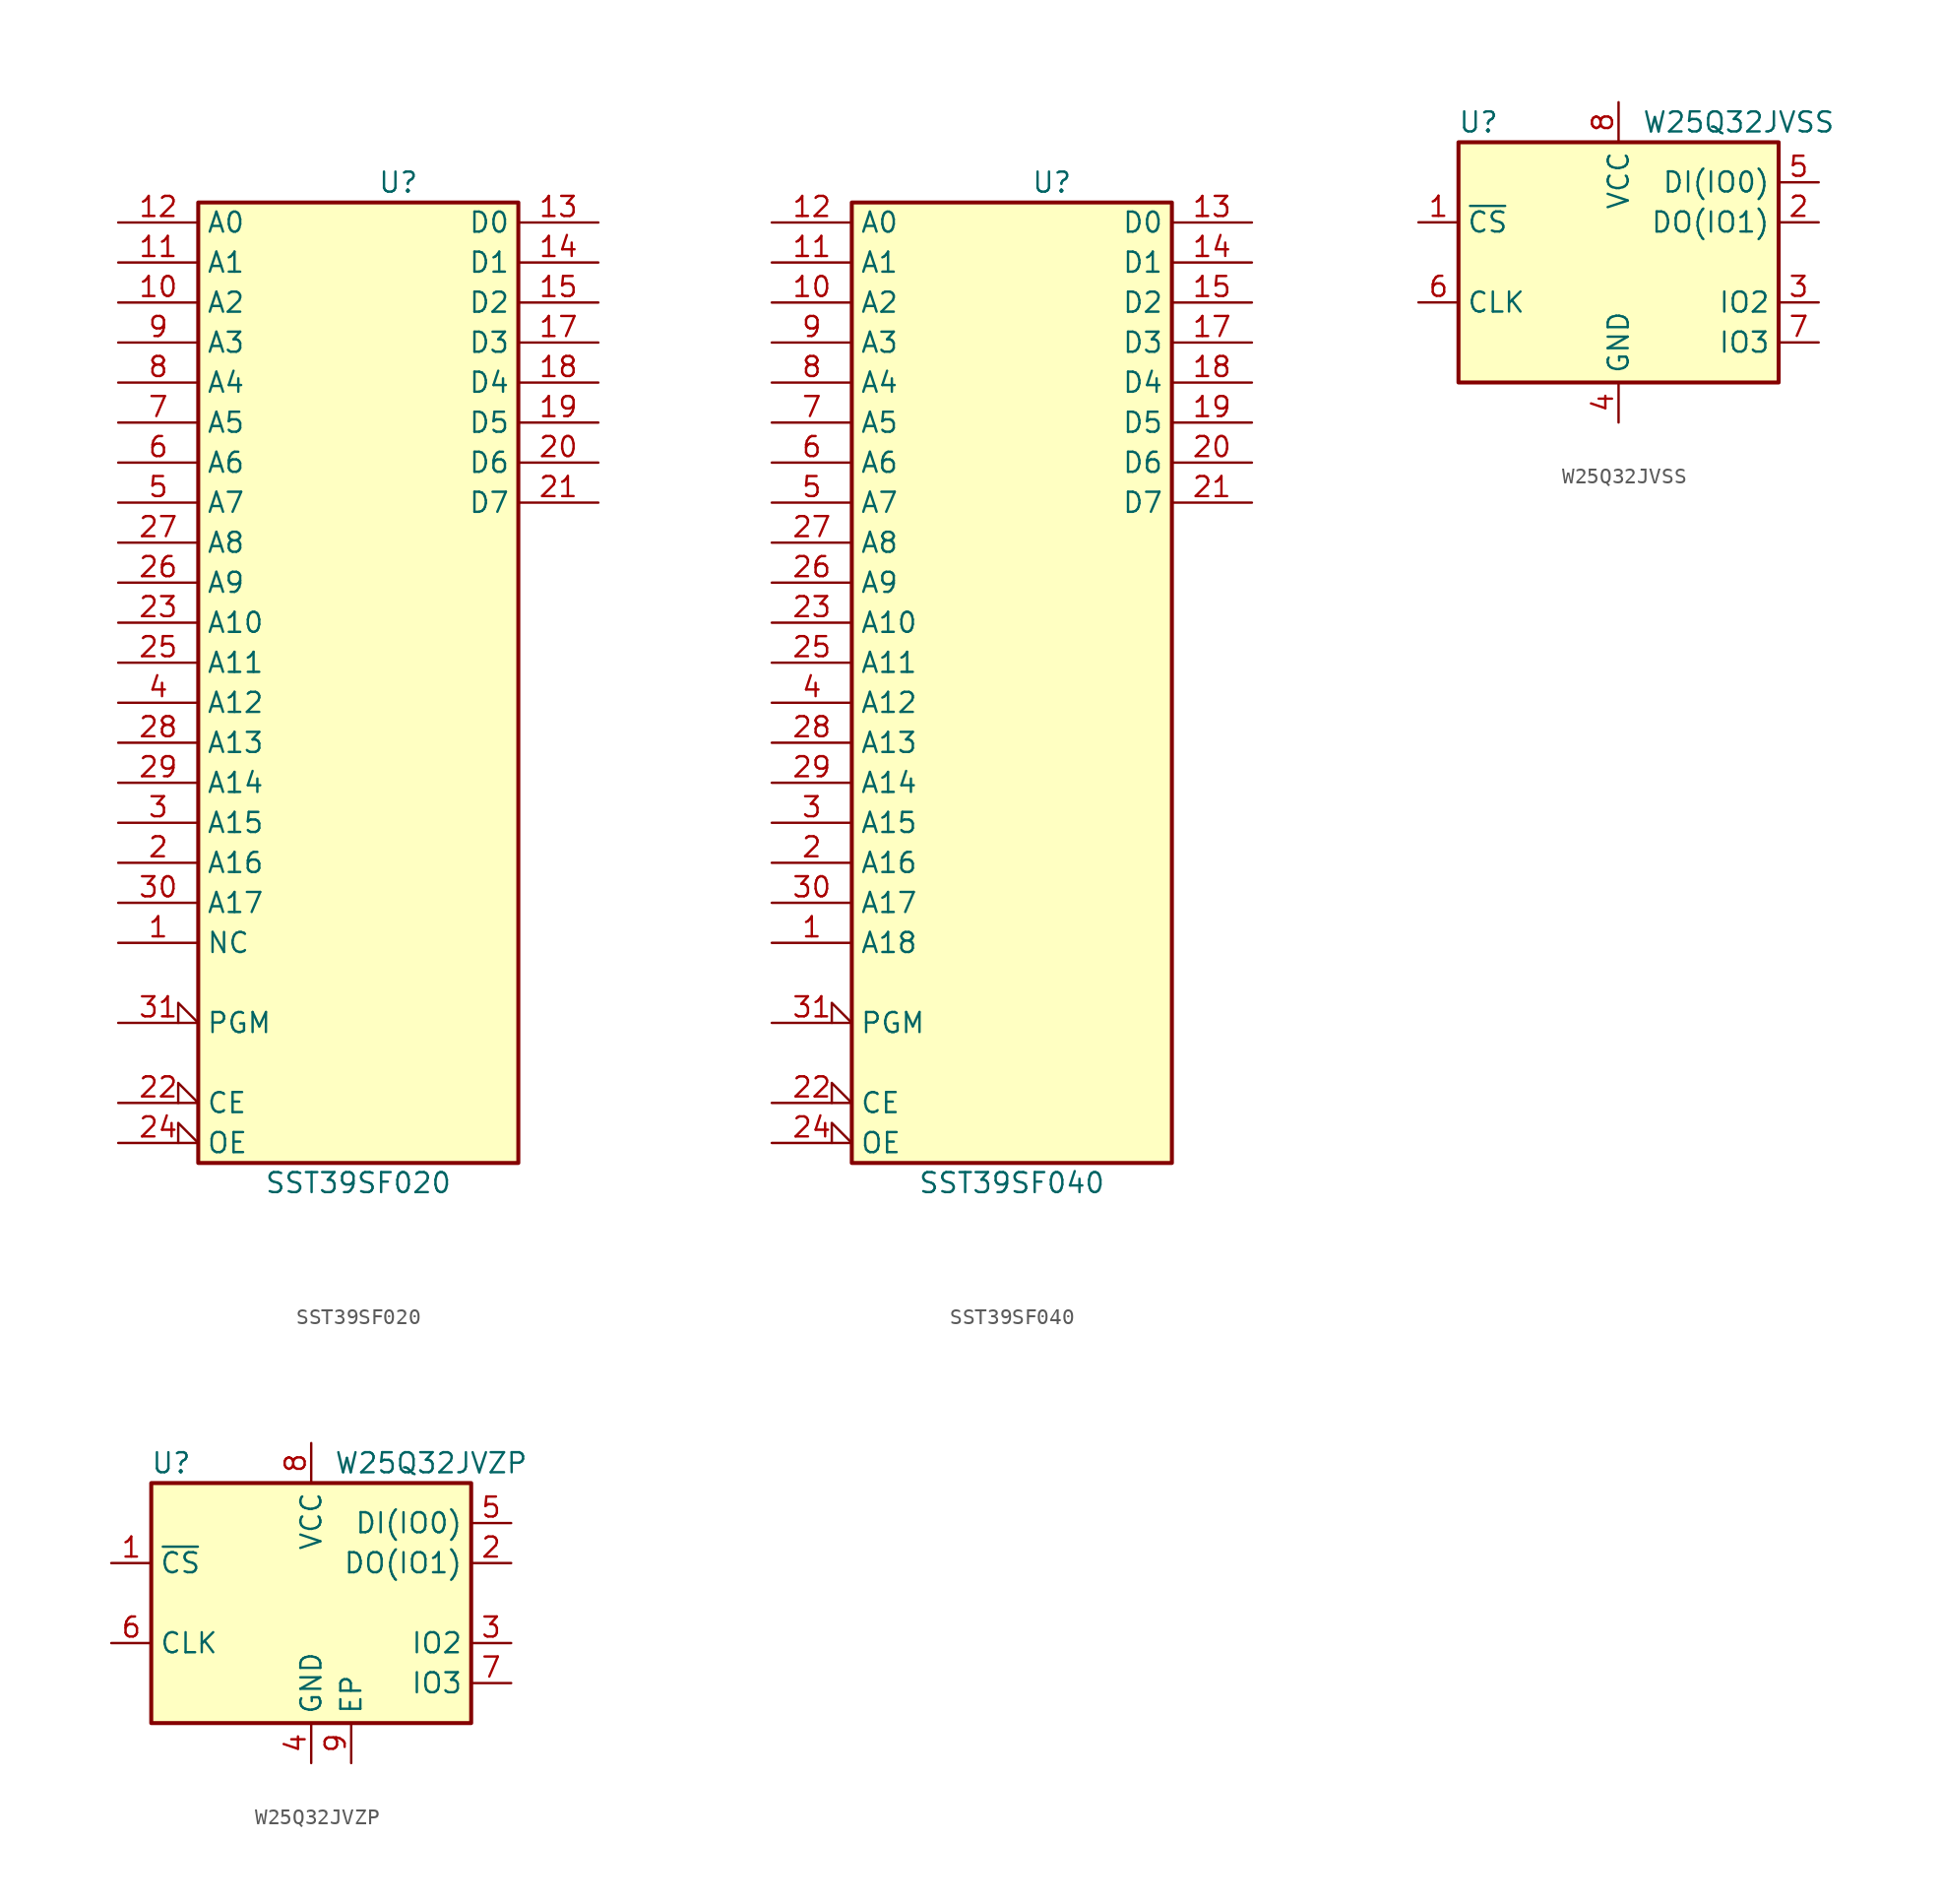
<source format=kicad_sym>
(kicad_symbol_lib
  (version 20201005)
  (generator kicad_symbol_editor)
  (symbol "SST39SF020"
    (property "Reference" "U"
      (at 2.54 33.02 0)
      (effects (font (size 1.27 1.27))))
    (property "Value" "SST39SF020"
      (at 0 -30.48 0)
      (effects (font (size 1.27 1.27))))
    (symbol "SST39SF020_0_0"
      (pin power_in line (at 0 -30.48 90) (length 1.27) hide (name "GND" (effects (font (size 1.27 1.27)))) (number "16" (effects (font (size 1.27 1.27)))))
      (pin power_in line (at 0 33.02 270) (length 1.27) hide (name "VCC" (effects (font (size 1.27 1.27)))) (number "32" (effects (font (size 1.27 1.27))))))
    (symbol "SST39SF020_0_1"
      (rectangle (start -10.16 31.75) (end 10.16 -29.21) (stroke (width 0.254)) (fill (type background))))
    (symbol "SST39SF020_1_1"
      (pin input line (at -15.24 -15.24 0) (length 5.08) (name "NC" (effects (font (size 1.27 1.27)))) (number "1" (effects (font (size 1.27 1.27)))))
      (pin input line (at -15.24 25.4 0) (length 5.08) (name "A2" (effects (font (size 1.27 1.27)))) (number "10" (effects (font (size 1.27 1.27)))))
      (pin input line (at -15.24 27.94 0) (length 5.08) (name "A1" (effects (font (size 1.27 1.27)))) (number "11" (effects (font (size 1.27 1.27)))))
      (pin input line (at -15.24 30.48 0) (length 5.08) (name "A0" (effects (font (size 1.27 1.27)))) (number "12" (effects (font (size 1.27 1.27)))))
      (pin tri_state line (at 15.24 30.48 180) (length 5.08) (name "D0" (effects (font (size 1.27 1.27)))) (number "13" (effects (font (size 1.27 1.27)))))
      (pin tri_state line (at 15.24 27.94 180) (length 5.08) (name "D1" (effects (font (size 1.27 1.27)))) (number "14" (effects (font (size 1.27 1.27)))))
      (pin tri_state line (at 15.24 25.4 180) (length 5.08) (name "D2" (effects (font (size 1.27 1.27)))) (number "15" (effects (font (size 1.27 1.27)))))
      (pin tri_state line (at 15.24 22.86 180) (length 5.08) (name "D3" (effects (font (size 1.27 1.27)))) (number "17" (effects (font (size 1.27 1.27)))))
      (pin tri_state line (at 15.24 20.32 180) (length 5.08) (name "D4" (effects (font (size 1.27 1.27)))) (number "18" (effects (font (size 1.27 1.27)))))
      (pin tri_state line (at 15.24 17.78 180) (length 5.08) (name "D5" (effects (font (size 1.27 1.27)))) (number "19" (effects (font (size 1.27 1.27)))))
      (pin input line (at -15.24 -10.16 0) (length 5.08) (name "A16" (effects (font (size 1.27 1.27)))) (number "2" (effects (font (size 1.27 1.27)))))
      (pin tri_state line (at 15.24 15.24 180) (length 5.08) (name "D6" (effects (font (size 1.27 1.27)))) (number "20" (effects (font (size 1.27 1.27)))))
      (pin tri_state line (at 15.24 12.7 180) (length 5.08) (name "D7" (effects (font (size 1.27 1.27)))) (number "21" (effects (font (size 1.27 1.27)))))
      (pin input input_low (at -15.24 -25.4 0) (length 5.08) (name "CE" (effects (font (size 1.27 1.27)))) (number "22" (effects (font (size 1.27 1.27)))))
      (pin input line (at -15.24 5.08 0) (length 5.08) (name "A10" (effects (font (size 1.27 1.27)))) (number "23" (effects (font (size 1.27 1.27)))))
      (pin input input_low (at -15.24 -27.94 0) (length 5.08) (name "OE" (effects (font (size 1.27 1.27)))) (number "24" (effects (font (size 1.27 1.27)))))
      (pin input line (at -15.24 2.54 0) (length 5.08) (name "A11" (effects (font (size 1.27 1.27)))) (number "25" (effects (font (size 1.27 1.27)))))
      (pin input line (at -15.24 7.62 0) (length 5.08) (name "A9" (effects (font (size 1.27 1.27)))) (number "26" (effects (font (size 1.27 1.27)))))
      (pin input line (at -15.24 10.16 0) (length 5.08) (name "A8" (effects (font (size 1.27 1.27)))) (number "27" (effects (font (size 1.27 1.27)))))
      (pin input line (at -15.24 -2.54 0) (length 5.08) (name "A13" (effects (font (size 1.27 1.27)))) (number "28" (effects (font (size 1.27 1.27)))))
      (pin input line (at -15.24 -5.08 0) (length 5.08) (name "A14" (effects (font (size 1.27 1.27)))) (number "29" (effects (font (size 1.27 1.27)))))
      (pin input line (at -15.24 -7.62 0) (length 5.08) (name "A15" (effects (font (size 1.27 1.27)))) (number "3" (effects (font (size 1.27 1.27)))))
      (pin input line (at -15.24 -12.7 0) (length 5.08) (name "A17" (effects (font (size 1.27 1.27)))) (number "30" (effects (font (size 1.27 1.27)))))
      (pin input input_low (at -15.24 -20.32 0) (length 5.08) (name "PGM" (effects (font (size 1.27 1.27)))) (number "31" (effects (font (size 1.27 1.27)))))
      (pin input line (at -15.24 0 0) (length 5.08) (name "A12" (effects (font (size 1.27 1.27)))) (number "4" (effects (font (size 1.27 1.27)))))
      (pin input line (at -15.24 12.7 0) (length 5.08) (name "A7" (effects (font (size 1.27 1.27)))) (number "5" (effects (font (size 1.27 1.27)))))
      (pin input line (at -15.24 15.24 0) (length 5.08) (name "A6" (effects (font (size 1.27 1.27)))) (number "6" (effects (font (size 1.27 1.27)))))
      (pin input line (at -15.24 17.78 0) (length 5.08) (name "A5" (effects (font (size 1.27 1.27)))) (number "7" (effects (font (size 1.27 1.27)))))
      (pin input line (at -15.24 20.32 0) (length 5.08) (name "A4" (effects (font (size 1.27 1.27)))) (number "8" (effects (font (size 1.27 1.27)))))
      (pin input line (at -15.24 22.86 0) (length 5.08) (name "A3" (effects (font (size 1.27 1.27)))) (number "9" (effects (font (size 1.27 1.27)))))))
  (symbol "SST39SF040"
    (property "Reference" "U"
      (at 2.54 33.02 0)
      (effects (font (size 1.27 1.27))))
    (property "Value" "SST39SF040"
      (at 0 -30.48 0)
      (effects (font (size 1.27 1.27))))
    (symbol "SST39SF040_0_0"
      (pin power_in line (at 0 -30.48 90) (length 1.27) hide (name "GND" (effects (font (size 1.27 1.27)))) (number "16" (effects (font (size 1.27 1.27)))))
      (pin power_in line (at 0 33.02 270) (length 1.27) hide (name "VCC" (effects (font (size 1.27 1.27)))) (number "32" (effects (font (size 1.27 1.27))))))
    (symbol "SST39SF040_0_1"
      (rectangle (start -10.16 31.75) (end 10.16 -29.21) (stroke (width 0.254)) (fill (type background))))
    (symbol "SST39SF040_1_1"
      (pin input line (at -15.24 -15.24 0) (length 5.08) (name "A18" (effects (font (size 1.27 1.27)))) (number "1" (effects (font (size 1.27 1.27)))))
      (pin input line (at -15.24 25.4 0) (length 5.08) (name "A2" (effects (font (size 1.27 1.27)))) (number "10" (effects (font (size 1.27 1.27)))))
      (pin input line (at -15.24 27.94 0) (length 5.08) (name "A1" (effects (font (size 1.27 1.27)))) (number "11" (effects (font (size 1.27 1.27)))))
      (pin input line (at -15.24 30.48 0) (length 5.08) (name "A0" (effects (font (size 1.27 1.27)))) (number "12" (effects (font (size 1.27 1.27)))))
      (pin tri_state line (at 15.24 30.48 180) (length 5.08) (name "D0" (effects (font (size 1.27 1.27)))) (number "13" (effects (font (size 1.27 1.27)))))
      (pin tri_state line (at 15.24 27.94 180) (length 5.08) (name "D1" (effects (font (size 1.27 1.27)))) (number "14" (effects (font (size 1.27 1.27)))))
      (pin tri_state line (at 15.24 25.4 180) (length 5.08) (name "D2" (effects (font (size 1.27 1.27)))) (number "15" (effects (font (size 1.27 1.27)))))
      (pin tri_state line (at 15.24 22.86 180) (length 5.08) (name "D3" (effects (font (size 1.27 1.27)))) (number "17" (effects (font (size 1.27 1.27)))))
      (pin tri_state line (at 15.24 20.32 180) (length 5.08) (name "D4" (effects (font (size 1.27 1.27)))) (number "18" (effects (font (size 1.27 1.27)))))
      (pin tri_state line (at 15.24 17.78 180) (length 5.08) (name "D5" (effects (font (size 1.27 1.27)))) (number "19" (effects (font (size 1.27 1.27)))))
      (pin input line (at -15.24 -10.16 0) (length 5.08) (name "A16" (effects (font (size 1.27 1.27)))) (number "2" (effects (font (size 1.27 1.27)))))
      (pin tri_state line (at 15.24 15.24 180) (length 5.08) (name "D6" (effects (font (size 1.27 1.27)))) (number "20" (effects (font (size 1.27 1.27)))))
      (pin tri_state line (at 15.24 12.7 180) (length 5.08) (name "D7" (effects (font (size 1.27 1.27)))) (number "21" (effects (font (size 1.27 1.27)))))
      (pin input input_low (at -15.24 -25.4 0) (length 5.08) (name "CE" (effects (font (size 1.27 1.27)))) (number "22" (effects (font (size 1.27 1.27)))))
      (pin input line (at -15.24 5.08 0) (length 5.08) (name "A10" (effects (font (size 1.27 1.27)))) (number "23" (effects (font (size 1.27 1.27)))))
      (pin input input_low (at -15.24 -27.94 0) (length 5.08) (name "OE" (effects (font (size 1.27 1.27)))) (number "24" (effects (font (size 1.27 1.27)))))
      (pin input line (at -15.24 2.54 0) (length 5.08) (name "A11" (effects (font (size 1.27 1.27)))) (number "25" (effects (font (size 1.27 1.27)))))
      (pin input line (at -15.24 7.62 0) (length 5.08) (name "A9" (effects (font (size 1.27 1.27)))) (number "26" (effects (font (size 1.27 1.27)))))
      (pin input line (at -15.24 10.16 0) (length 5.08) (name "A8" (effects (font (size 1.27 1.27)))) (number "27" (effects (font (size 1.27 1.27)))))
      (pin input line (at -15.24 -2.54 0) (length 5.08) (name "A13" (effects (font (size 1.27 1.27)))) (number "28" (effects (font (size 1.27 1.27)))))
      (pin input line (at -15.24 -5.08 0) (length 5.08) (name "A14" (effects (font (size 1.27 1.27)))) (number "29" (effects (font (size 1.27 1.27)))))
      (pin input line (at -15.24 -7.62 0) (length 5.08) (name "A15" (effects (font (size 1.27 1.27)))) (number "3" (effects (font (size 1.27 1.27)))))
      (pin input line (at -15.24 -12.7 0) (length 5.08) (name "A17" (effects (font (size 1.27 1.27)))) (number "30" (effects (font (size 1.27 1.27)))))
      (pin input input_low (at -15.24 -20.32 0) (length 5.08) (name "PGM" (effects (font (size 1.27 1.27)))) (number "31" (effects (font (size 1.27 1.27)))))
      (pin input line (at -15.24 0 0) (length 5.08) (name "A12" (effects (font (size 1.27 1.27)))) (number "4" (effects (font (size 1.27 1.27)))))
      (pin input line (at -15.24 12.7 0) (length 5.08) (name "A7" (effects (font (size 1.27 1.27)))) (number "5" (effects (font (size 1.27 1.27)))))
      (pin input line (at -15.24 15.24 0) (length 5.08) (name "A6" (effects (font (size 1.27 1.27)))) (number "6" (effects (font (size 1.27 1.27)))))
      (pin input line (at -15.24 17.78 0) (length 5.08) (name "A5" (effects (font (size 1.27 1.27)))) (number "7" (effects (font (size 1.27 1.27)))))
      (pin input line (at -15.24 20.32 0) (length 5.08) (name "A4" (effects (font (size 1.27 1.27)))) (number "8" (effects (font (size 1.27 1.27)))))
      (pin input line (at -15.24 22.86 0) (length 5.08) (name "A3" (effects (font (size 1.27 1.27)))) (number "9" (effects (font (size 1.27 1.27)))))))
  (symbol "W25Q32JVSS"
    (property "Reference" "U"
      (at -8.89 8.89 0)
      (effects (font (size 1.27 1.27))))
    (property "Value" "W25Q32JVSS"
      (at 7.62 8.89 0)
      (effects (font (size 1.27 1.27))))
    (symbol "W25Q32JVSS_0_1"
      (rectangle (start -10.16 7.62) (end 10.16 -7.62) (stroke (width 0.254)) (fill (type background))))
    (symbol "W25Q32JVSS_1_1"
      (pin input line (at -12.7 2.54 0) (length 2.54) (name "~CS" (effects (font (size 1.27 1.27)))) (number "1" (effects (font (size 1.27 1.27)))))
      (pin bidirectional line (at 12.7 2.54 180) (length 2.54) (name "DO(IO1)" (effects (font (size 1.27 1.27)))) (number "2" (effects (font (size 1.27 1.27)))))
      (pin bidirectional line (at 12.7 -2.54 180) (length 2.54) (name "IO2" (effects (font (size 1.27 1.27)))) (number "3" (effects (font (size 1.27 1.27)))))
      (pin power_in line (at 0 -10.16 90) (length 2.54) (name "GND" (effects (font (size 1.27 1.27)))) (number "4" (effects (font (size 1.27 1.27)))))
      (pin bidirectional line (at 12.7 5.08 180) (length 2.54) (name "DI(IO0)" (effects (font (size 1.27 1.27)))) (number "5" (effects (font (size 1.27 1.27)))))
      (pin input line (at -12.7 -2.54 0) (length 2.54) (name "CLK" (effects (font (size 1.27 1.27)))) (number "6" (effects (font (size 1.27 1.27)))))
      (pin bidirectional line (at 12.7 -5.08 180) (length 2.54) (name "IO3" (effects (font (size 1.27 1.27)))) (number "7" (effects (font (size 1.27 1.27)))))
      (pin power_in line (at 0 10.16 270) (length 2.54) (name "VCC" (effects (font (size 1.27 1.27)))) (number "8" (effects (font (size 1.27 1.27)))))))
  (symbol "W25Q32JVZP"
    (property "Reference" "U"
      (at -8.89 8.89 0)
      (effects (font (size 1.27 1.27))))
    (property "Value" "W25Q32JVZP"
      (at 7.62 8.89 0)
      (effects (font (size 1.27 1.27))))
    (symbol "W25Q32JVZP_0_1"
      (rectangle (start -10.16 7.62) (end 10.16 -7.62) (stroke (width 0.254)) (fill (type background))))
    (symbol "W25Q32JVZP_1_1"
      (pin input line (at -12.7 2.54 0) (length 2.54) (name "~CS" (effects (font (size 1.27 1.27)))) (number "1" (effects (font (size 1.27 1.27)))))
      (pin bidirectional line (at 12.7 2.54 180) (length 2.54) (name "DO(IO1)" (effects (font (size 1.27 1.27)))) (number "2" (effects (font (size 1.27 1.27)))))
      (pin bidirectional line (at 12.7 -2.54 180) (length 2.54) (name "IO2" (effects (font (size 1.27 1.27)))) (number "3" (effects (font (size 1.27 1.27)))))
      (pin power_in line (at 0 -10.16 90) (length 2.54) (name "GND" (effects (font (size 1.27 1.27)))) (number "4" (effects (font (size 1.27 1.27)))))
      (pin bidirectional line (at 12.7 5.08 180) (length 2.54) (name "DI(IO0)" (effects (font (size 1.27 1.27)))) (number "5" (effects (font (size 1.27 1.27)))))
      (pin input line (at -12.7 -2.54 0) (length 2.54) (name "CLK" (effects (font (size 1.27 1.27)))) (number "6" (effects (font (size 1.27 1.27)))))
      (pin bidirectional line (at 12.7 -5.08 180) (length 2.54) (name "IO3" (effects (font (size 1.27 1.27)))) (number "7" (effects (font (size 1.27 1.27)))))
      (pin power_in line (at 0 10.16 270) (length 2.54) (name "VCC" (effects (font (size 1.27 1.27)))) (number "8" (effects (font (size 1.27 1.27)))))
      (pin passive line (at 2.54 -10.16 90) (length 2.54) (name "EP" (effects (font (size 1.27 1.27)))) (number "9" (effects (font (size 1.27 1.27))))))))
</source>
